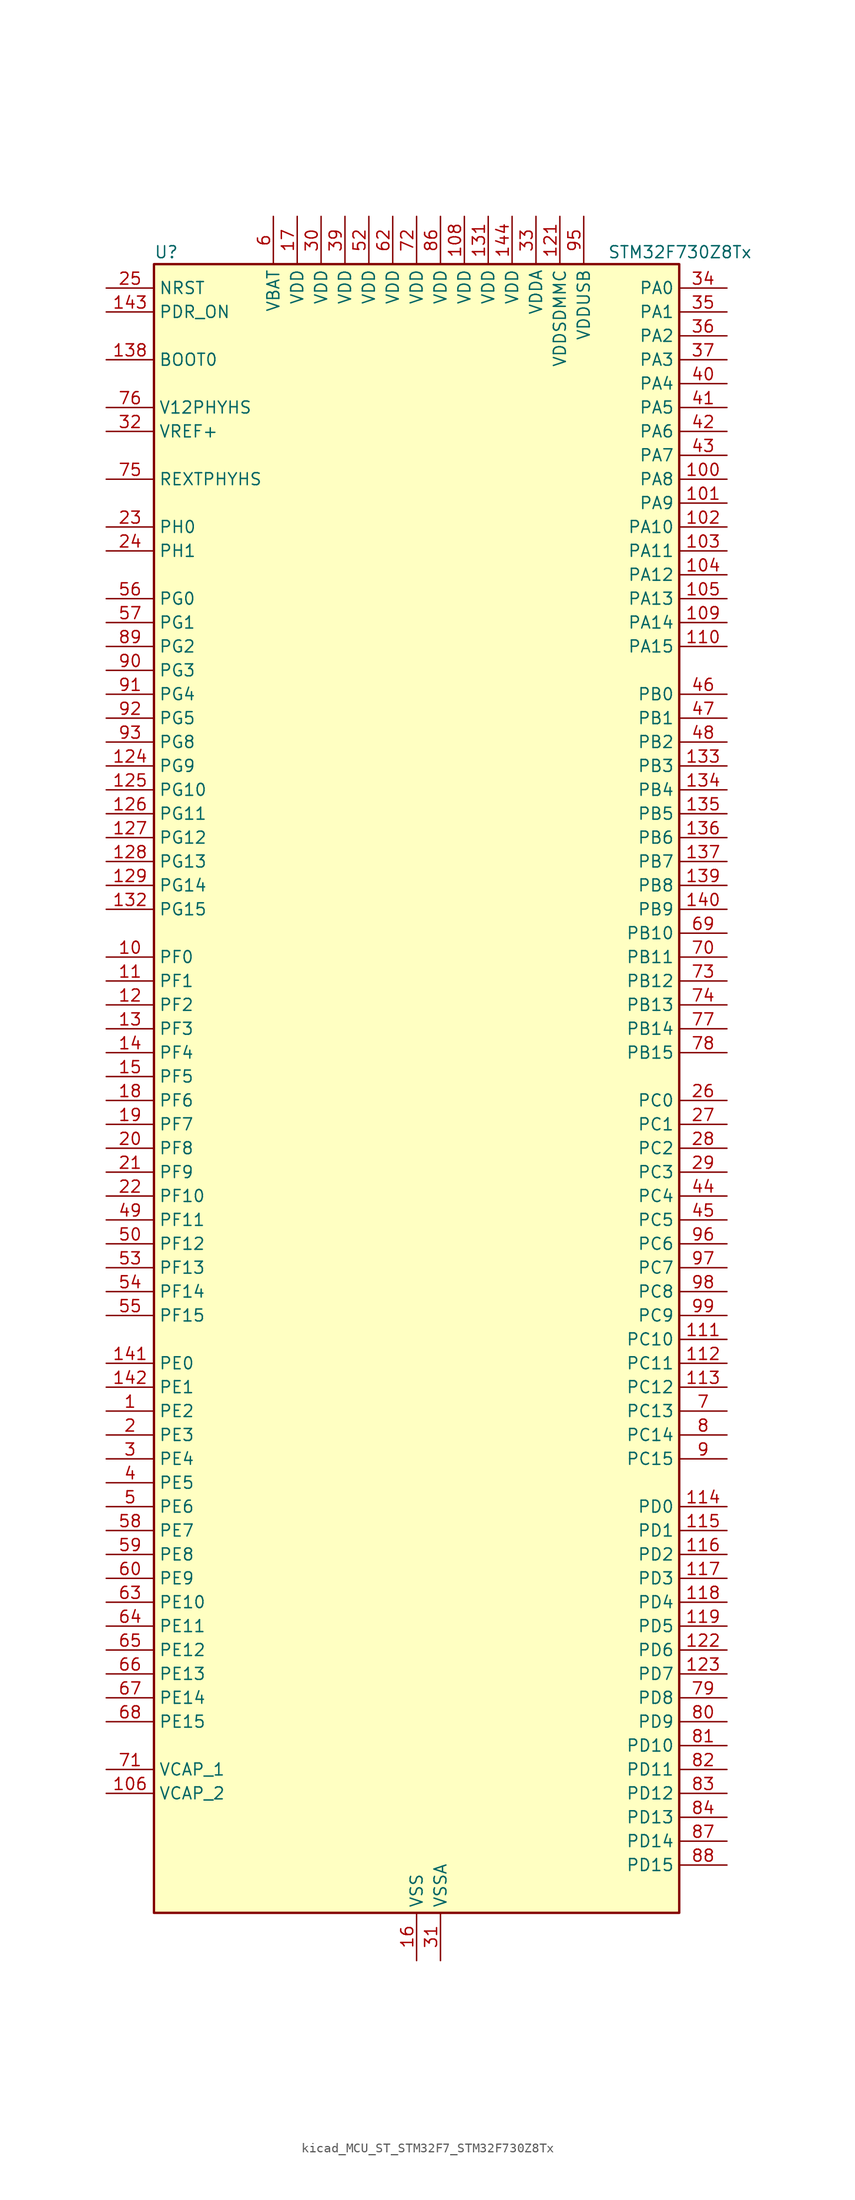
<source format=kicad_sym>
(kicad_symbol_lib
  (version 20220914)
  (generator kicad_symbol_editor)
  (symbol "kicad_MCU_ST_STM32F7_STM32F730Z8Tx"
    (property "Reference" "U"
      (at -27.94 90.17 0)
      (effects (font (size 1.27 1.27)) (justify left)))
    (property "Value" "STM32F730Z8Tx"
      (at 20.32 90.17 0)
      (effects (font (size 1.27 1.27)) (justify left)))
    (property "ki_locked" ""
      (at 0 0 0)
      (effects (font (size 1.27 1.27))))
    (symbol "kicad_MCU_ST_STM32F7_STM32F730Z8Tx_0_1"
      (rectangle (start -27.94 -86.36) (end 27.94 88.9) (stroke (width 0.254) (type default)) (fill (type background))))
    (symbol "kicad_MCU_ST_STM32F7_STM32F730Z8Tx_1_1"
      (pin bidirectional line (at -33.02 -33.02 0) (length 5.08) (name "PE2" (effects (font (size 1.27 1.27)))) (number "1" (effects (font (size 1.27 1.27)))) (alternate "FMC_A23" bidirectional line) (alternate "QUADSPI_BK1_IO2" bidirectional line) (alternate "SAI1_MCLK_A" bidirectional line) (alternate "SPI4_SCK" bidirectional line) (alternate "SYS_TRACECLK" bidirectional line))
      (pin bidirectional line (at -33.02 15.24 0) (length 5.08) (name "PF0" (effects (font (size 1.27 1.27)))) (number "10" (effects (font (size 1.27 1.27)))) (alternate "FMC_A0" bidirectional line) (alternate "I2C2_SDA" bidirectional line))
      (pin bidirectional line (at 33.02 66.04 180) (length 5.08) (name "PA8" (effects (font (size 1.27 1.27)))) (number "100" (effects (font (size 1.27 1.27)))) (alternate "I2C3_SCL" bidirectional line) (alternate "RCC_MCO_1" bidirectional line) (alternate "TIM1_CH1" bidirectional line) (alternate "TIM8_BKIN2" bidirectional line) (alternate "USART1_CK" bidirectional line) (alternate "USB_OTG_FS_SOF" bidirectional line))
      (pin bidirectional line (at 33.02 63.5 180) (length 5.08) (name "PA9" (effects (font (size 1.27 1.27)))) (number "101" (effects (font (size 1.27 1.27)))) (alternate "DAC_EXTI9" bidirectional line) (alternate "I2C3_SMBA" bidirectional line) (alternate "I2S2_CK" bidirectional line) (alternate "SPI2_SCK" bidirectional line) (alternate "TIM1_CH2" bidirectional line) (alternate "USART1_TX" bidirectional line) (alternate "USB_OTG_FS_VBUS" bidirectional line))
      (pin bidirectional line (at 33.02 60.96 180) (length 5.08) (name "PA10" (effects (font (size 1.27 1.27)))) (number "102" (effects (font (size 1.27 1.27)))) (alternate "TIM1_CH3" bidirectional line) (alternate "USART1_RX" bidirectional line) (alternate "USB_OTG_FS_ID" bidirectional line))
      (pin bidirectional line (at 33.02 58.42 180) (length 5.08) (name "PA11" (effects (font (size 1.27 1.27)))) (number "103" (effects (font (size 1.27 1.27)))) (alternate "ADC1_EXTI11" bidirectional line) (alternate "ADC2_EXTI11" bidirectional line) (alternate "ADC3_EXTI11" bidirectional line) (alternate "CAN1_RX" bidirectional line) (alternate "TIM1_CH4" bidirectional line) (alternate "USART1_CTS" bidirectional line) (alternate "USB_OTG_FS_DM" bidirectional line))
      (pin bidirectional line (at 33.02 55.88 180) (length 5.08) (name "PA12" (effects (font (size 1.27 1.27)))) (number "104" (effects (font (size 1.27 1.27)))) (alternate "CAN1_TX" bidirectional line) (alternate "SAI2_FS_B" bidirectional line) (alternate "TIM1_ETR" bidirectional line) (alternate "USART1_DE" bidirectional line) (alternate "USART1_RTS" bidirectional line) (alternate "USB_OTG_FS_DP" bidirectional line))
      (pin bidirectional line (at 33.02 53.34 180) (length 5.08) (name "PA13" (effects (font (size 1.27 1.27)))) (number "105" (effects (font (size 1.27 1.27)))) (alternate "SYS_JTMS-SWDIO" bidirectional line))
      (pin power_out line (at -33.02 -73.66 0) (length 5.08) (name "VCAP_2" (effects (font (size 1.27 1.27)))) (number "106" (effects (font (size 1.27 1.27)))))
      (pin passive line (at 0 -91.44 90) (length 5.08) hide (name "VSS" (effects (font (size 1.27 1.27)))) (number "107" (effects (font (size 1.27 1.27)))))
      (pin power_in line (at 5.08 93.98 270) (length 5.08) (name "VDD" (effects (font (size 1.27 1.27)))) (number "108" (effects (font (size 1.27 1.27)))))
      (pin bidirectional line (at 33.02 50.8 180) (length 5.08) (name "PA14" (effects (font (size 1.27 1.27)))) (number "109" (effects (font (size 1.27 1.27)))) (alternate "SYS_JTCK-SWCLK" bidirectional line))
      (pin bidirectional line (at -33.02 12.7 0) (length 5.08) (name "PF1" (effects (font (size 1.27 1.27)))) (number "11" (effects (font (size 1.27 1.27)))) (alternate "FMC_A1" bidirectional line) (alternate "I2C2_SCL" bidirectional line))
      (pin bidirectional line (at 33.02 48.26 180) (length 5.08) (name "PA15" (effects (font (size 1.27 1.27)))) (number "110" (effects (font (size 1.27 1.27)))) (alternate "I2S1_WS" bidirectional line) (alternate "I2S3_WS" bidirectional line) (alternate "SPI1_NSS" bidirectional line) (alternate "SPI3_NSS" bidirectional line) (alternate "SYS_JTDI" bidirectional line) (alternate "TIM2_CH1" bidirectional line) (alternate "TIM2_ETR" bidirectional line) (alternate "UART4_DE" bidirectional line) (alternate "UART4_RTS" bidirectional line))
      (pin bidirectional line (at 33.02 -25.4 180) (length 5.08) (name "PC10" (effects (font (size 1.27 1.27)))) (number "111" (effects (font (size 1.27 1.27)))) (alternate "I2S3_CK" bidirectional line) (alternate "QUADSPI_BK1_IO1" bidirectional line) (alternate "SDMMC1_D2" bidirectional line) (alternate "SPI3_SCK" bidirectional line) (alternate "UART4_TX" bidirectional line) (alternate "USART3_TX" bidirectional line))
      (pin bidirectional line (at 33.02 -27.94 180) (length 5.08) (name "PC11" (effects (font (size 1.27 1.27)))) (number "112" (effects (font (size 1.27 1.27)))) (alternate "ADC1_EXTI11" bidirectional line) (alternate "ADC2_EXTI11" bidirectional line) (alternate "ADC3_EXTI11" bidirectional line) (alternate "QUADSPI_BK2_NCS" bidirectional line) (alternate "SDMMC1_D3" bidirectional line) (alternate "SPI3_MISO" bidirectional line) (alternate "UART4_RX" bidirectional line) (alternate "USART3_RX" bidirectional line))
      (pin bidirectional line (at 33.02 -30.48 180) (length 5.08) (name "PC12" (effects (font (size 1.27 1.27)))) (number "113" (effects (font (size 1.27 1.27)))) (alternate "I2S3_SD" bidirectional line) (alternate "SDMMC1_CK" bidirectional line) (alternate "SPI3_MOSI" bidirectional line) (alternate "SYS_TRACED3" bidirectional line) (alternate "UART5_TX" bidirectional line) (alternate "USART3_CK" bidirectional line))
      (pin bidirectional line (at 33.02 -43.18 180) (length 5.08) (name "PD0" (effects (font (size 1.27 1.27)))) (number "114" (effects (font (size 1.27 1.27)))) (alternate "CAN1_RX" bidirectional line) (alternate "FMC_D2" bidirectional line) (alternate "FMC_DA2" bidirectional line))
      (pin bidirectional line (at 33.02 -45.72 180) (length 5.08) (name "PD1" (effects (font (size 1.27 1.27)))) (number "115" (effects (font (size 1.27 1.27)))) (alternate "CAN1_TX" bidirectional line) (alternate "FMC_D3" bidirectional line) (alternate "FMC_DA3" bidirectional line))
      (pin bidirectional line (at 33.02 -48.26 180) (length 5.08) (name "PD2" (effects (font (size 1.27 1.27)))) (number "116" (effects (font (size 1.27 1.27)))) (alternate "SDMMC1_CMD" bidirectional line) (alternate "SYS_TRACED2" bidirectional line) (alternate "TIM3_ETR" bidirectional line) (alternate "UART5_RX" bidirectional line))
      (pin bidirectional line (at 33.02 -50.8 180) (length 5.08) (name "PD3" (effects (font (size 1.27 1.27)))) (number "117" (effects (font (size 1.27 1.27)))) (alternate "FMC_CLK" bidirectional line) (alternate "I2S2_CK" bidirectional line) (alternate "SPI2_SCK" bidirectional line) (alternate "USART2_CTS" bidirectional line))
      (pin bidirectional line (at 33.02 -53.34 180) (length 5.08) (name "PD4" (effects (font (size 1.27 1.27)))) (number "118" (effects (font (size 1.27 1.27)))) (alternate "FMC_NOE" bidirectional line) (alternate "USART2_DE" bidirectional line) (alternate "USART2_RTS" bidirectional line))
      (pin bidirectional line (at 33.02 -55.88 180) (length 5.08) (name "PD5" (effects (font (size 1.27 1.27)))) (number "119" (effects (font (size 1.27 1.27)))) (alternate "FMC_NWE" bidirectional line) (alternate "USART2_TX" bidirectional line))
      (pin bidirectional line (at -33.02 10.16 0) (length 5.08) (name "PF2" (effects (font (size 1.27 1.27)))) (number "12" (effects (font (size 1.27 1.27)))) (alternate "FMC_A2" bidirectional line) (alternate "I2C2_SMBA" bidirectional line))
      (pin passive line (at 0 -91.44 90) (length 5.08) hide (name "VSS" (effects (font (size 1.27 1.27)))) (number "120" (effects (font (size 1.27 1.27)))))
      (pin power_in line (at 15.24 93.98 270) (length 5.08) (name "VDDSDMMC" (effects (font (size 1.27 1.27)))) (number "121" (effects (font (size 1.27 1.27)))))
      (pin bidirectional line (at 33.02 -58.42 180) (length 5.08) (name "PD6" (effects (font (size 1.27 1.27)))) (number "122" (effects (font (size 1.27 1.27)))) (alternate "FMC_NWAIT" bidirectional line) (alternate "I2S3_SD" bidirectional line) (alternate "SAI1_SD_A" bidirectional line) (alternate "SDMMC2_CK" bidirectional line) (alternate "SPI3_MOSI" bidirectional line) (alternate "USART2_RX" bidirectional line))
      (pin bidirectional line (at 33.02 -60.96 180) (length 5.08) (name "PD7" (effects (font (size 1.27 1.27)))) (number "123" (effects (font (size 1.27 1.27)))) (alternate "FMC_NE1" bidirectional line) (alternate "SDMMC2_CMD" bidirectional line) (alternate "USART2_CK" bidirectional line))
      (pin bidirectional line (at -33.02 35.56 0) (length 5.08) (name "PG9" (effects (font (size 1.27 1.27)))) (number "124" (effects (font (size 1.27 1.27)))) (alternate "DAC_EXTI9" bidirectional line) (alternate "FMC_NCE" bidirectional line) (alternate "FMC_NE2" bidirectional line) (alternate "QUADSPI_BK2_IO2" bidirectional line) (alternate "SAI2_FS_B" bidirectional line) (alternate "SDMMC2_D0" bidirectional line) (alternate "USART6_RX" bidirectional line))
      (pin bidirectional line (at -33.02 33.02 0) (length 5.08) (name "PG10" (effects (font (size 1.27 1.27)))) (number "125" (effects (font (size 1.27 1.27)))) (alternate "FMC_NE3" bidirectional line) (alternate "SAI2_SD_B" bidirectional line) (alternate "SDMMC2_D1" bidirectional line))
      (pin bidirectional line (at -33.02 30.48 0) (length 5.08) (name "PG11" (effects (font (size 1.27 1.27)))) (number "126" (effects (font (size 1.27 1.27)))) (alternate "ADC1_EXTI11" bidirectional line) (alternate "ADC2_EXTI11" bidirectional line) (alternate "ADC3_EXTI11" bidirectional line) (alternate "FMC_INT" bidirectional line) (alternate "SDMMC2_D2" bidirectional line))
      (pin bidirectional line (at -33.02 27.94 0) (length 5.08) (name "PG12" (effects (font (size 1.27 1.27)))) (number "127" (effects (font (size 1.27 1.27)))) (alternate "FMC_NE4" bidirectional line) (alternate "LPTIM1_IN1" bidirectional line) (alternate "SDMMC2_D3" bidirectional line) (alternate "USART6_DE" bidirectional line) (alternate "USART6_RTS" bidirectional line))
      (pin bidirectional line (at -33.02 25.4 0) (length 5.08) (name "PG13" (effects (font (size 1.27 1.27)))) (number "128" (effects (font (size 1.27 1.27)))) (alternate "FMC_A24" bidirectional line) (alternate "LPTIM1_OUT" bidirectional line) (alternate "SYS_TRACED0" bidirectional line) (alternate "USART6_CTS" bidirectional line))
      (pin bidirectional line (at -33.02 22.86 0) (length 5.08) (name "PG14" (effects (font (size 1.27 1.27)))) (number "129" (effects (font (size 1.27 1.27)))) (alternate "FMC_A25" bidirectional line) (alternate "LPTIM1_ETR" bidirectional line) (alternate "QUADSPI_BK2_IO3" bidirectional line) (alternate "SYS_TRACED1" bidirectional line) (alternate "USART6_TX" bidirectional line))
      (pin bidirectional line (at -33.02 7.62 0) (length 5.08) (name "PF3" (effects (font (size 1.27 1.27)))) (number "13" (effects (font (size 1.27 1.27)))) (alternate "ADC3_IN9" bidirectional line) (alternate "FMC_A3" bidirectional line))
      (pin passive line (at 0 -91.44 90) (length 5.08) hide (name "VSS" (effects (font (size 1.27 1.27)))) (number "130" (effects (font (size 1.27 1.27)))))
      (pin power_in line (at 7.62 93.98 270) (length 5.08) (name "VDD" (effects (font (size 1.27 1.27)))) (number "131" (effects (font (size 1.27 1.27)))))
      (pin bidirectional line (at -33.02 20.32 0) (length 5.08) (name "PG15" (effects (font (size 1.27 1.27)))) (number "132" (effects (font (size 1.27 1.27)))) (alternate "FMC_SDNCAS" bidirectional line) (alternate "USART6_CTS" bidirectional line))
      (pin bidirectional line (at 33.02 35.56 180) (length 5.08) (name "PB3" (effects (font (size 1.27 1.27)))) (number "133" (effects (font (size 1.27 1.27)))) (alternate "I2S1_CK" bidirectional line) (alternate "I2S3_CK" bidirectional line) (alternate "SDMMC2_D2" bidirectional line) (alternate "SPI1_SCK" bidirectional line) (alternate "SPI3_SCK" bidirectional line) (alternate "SYS_JTDO-SWO" bidirectional line) (alternate "TIM2_CH2" bidirectional line))
      (pin bidirectional line (at 33.02 33.02 180) (length 5.08) (name "PB4" (effects (font (size 1.27 1.27)))) (number "134" (effects (font (size 1.27 1.27)))) (alternate "I2S2_WS" bidirectional line) (alternate "SDMMC2_D3" bidirectional line) (alternate "SPI1_MISO" bidirectional line) (alternate "SPI2_NSS" bidirectional line) (alternate "SPI3_MISO" bidirectional line) (alternate "SYS_JTRST" bidirectional line) (alternate "TIM3_CH1" bidirectional line))
      (pin bidirectional line (at 33.02 30.48 180) (length 5.08) (name "PB5" (effects (font (size 1.27 1.27)))) (number "135" (effects (font (size 1.27 1.27)))) (alternate "FMC_SDCKE1" bidirectional line) (alternate "I2C1_SMBA" bidirectional line) (alternate "I2S1_SD" bidirectional line) (alternate "I2S3_SD" bidirectional line) (alternate "SPI1_MOSI" bidirectional line) (alternate "SPI3_MOSI" bidirectional line) (alternate "TIM3_CH2" bidirectional line))
      (pin bidirectional line (at 33.02 27.94 180) (length 5.08) (name "PB6" (effects (font (size 1.27 1.27)))) (number "136" (effects (font (size 1.27 1.27)))) (alternate "FMC_SDNE1" bidirectional line) (alternate "I2C1_SCL" bidirectional line) (alternate "QUADSPI_BK1_NCS" bidirectional line) (alternate "TIM4_CH1" bidirectional line) (alternate "USART1_TX" bidirectional line))
      (pin bidirectional line (at 33.02 25.4 180) (length 5.08) (name "PB7" (effects (font (size 1.27 1.27)))) (number "137" (effects (font (size 1.27 1.27)))) (alternate "FMC_NL" bidirectional line) (alternate "I2C1_SDA" bidirectional line) (alternate "TIM4_CH2" bidirectional line) (alternate "USART1_RX" bidirectional line))
      (pin input line (at -33.02 78.74 0) (length 5.08) (name "BOOT0" (effects (font (size 1.27 1.27)))) (number "138" (effects (font (size 1.27 1.27)))))
      (pin bidirectional line (at 33.02 22.86 180) (length 5.08) (name "PB8" (effects (font (size 1.27 1.27)))) (number "139" (effects (font (size 1.27 1.27)))) (alternate "CAN1_RX" bidirectional line) (alternate "I2C1_SCL" bidirectional line) (alternate "SDMMC1_D4" bidirectional line) (alternate "SDMMC2_D4" bidirectional line) (alternate "TIM10_CH1" bidirectional line) (alternate "TIM4_CH3" bidirectional line))
      (pin bidirectional line (at -33.02 5.08 0) (length 5.08) (name "PF4" (effects (font (size 1.27 1.27)))) (number "14" (effects (font (size 1.27 1.27)))) (alternate "ADC3_IN14" bidirectional line) (alternate "FMC_A4" bidirectional line))
      (pin bidirectional line (at 33.02 20.32 180) (length 5.08) (name "PB9" (effects (font (size 1.27 1.27)))) (number "140" (effects (font (size 1.27 1.27)))) (alternate "CAN1_TX" bidirectional line) (alternate "DAC_EXTI9" bidirectional line) (alternate "I2C1_SDA" bidirectional line) (alternate "I2S2_WS" bidirectional line) (alternate "SDMMC1_D5" bidirectional line) (alternate "SDMMC2_D5" bidirectional line) (alternate "SPI2_NSS" bidirectional line) (alternate "TIM11_CH1" bidirectional line) (alternate "TIM4_CH4" bidirectional line))
      (pin bidirectional line (at -33.02 -27.94 0) (length 5.08) (name "PE0" (effects (font (size 1.27 1.27)))) (number "141" (effects (font (size 1.27 1.27)))) (alternate "FMC_NBL0" bidirectional line) (alternate "LPTIM1_ETR" bidirectional line) (alternate "SAI2_MCLK_A" bidirectional line) (alternate "TIM4_ETR" bidirectional line) (alternate "UART8_RX" bidirectional line))
      (pin bidirectional line (at -33.02 -30.48 0) (length 5.08) (name "PE1" (effects (font (size 1.27 1.27)))) (number "142" (effects (font (size 1.27 1.27)))) (alternate "FMC_NBL1" bidirectional line) (alternate "LPTIM1_IN2" bidirectional line) (alternate "UART8_TX" bidirectional line))
      (pin input line (at -33.02 83.82 0) (length 5.08) (name "PDR_ON" (effects (font (size 1.27 1.27)))) (number "143" (effects (font (size 1.27 1.27)))))
      (pin power_in line (at 10.16 93.98 270) (length 5.08) (name "VDD" (effects (font (size 1.27 1.27)))) (number "144" (effects (font (size 1.27 1.27)))))
      (pin bidirectional line (at -33.02 2.54 0) (length 5.08) (name "PF5" (effects (font (size 1.27 1.27)))) (number "15" (effects (font (size 1.27 1.27)))) (alternate "ADC3_IN15" bidirectional line) (alternate "FMC_A5" bidirectional line))
      (pin power_in line (at 0 -91.44 90) (length 5.08) (name "VSS" (effects (font (size 1.27 1.27)))) (number "16" (effects (font (size 1.27 1.27)))))
      (pin power_in line (at -12.7 93.98 270) (length 5.08) (name "VDD" (effects (font (size 1.27 1.27)))) (number "17" (effects (font (size 1.27 1.27)))))
      (pin bidirectional line (at -33.02 0 0) (length 5.08) (name "PF6" (effects (font (size 1.27 1.27)))) (number "18" (effects (font (size 1.27 1.27)))) (alternate "ADC3_IN4" bidirectional line) (alternate "QUADSPI_BK1_IO3" bidirectional line) (alternate "SAI1_SD_B" bidirectional line) (alternate "SPI5_NSS" bidirectional line) (alternate "TIM10_CH1" bidirectional line) (alternate "UART7_RX" bidirectional line))
      (pin bidirectional line (at -33.02 -2.54 0) (length 5.08) (name "PF7" (effects (font (size 1.27 1.27)))) (number "19" (effects (font (size 1.27 1.27)))) (alternate "ADC3_IN5" bidirectional line) (alternate "QUADSPI_BK1_IO2" bidirectional line) (alternate "SAI1_MCLK_B" bidirectional line) (alternate "SPI5_SCK" bidirectional line) (alternate "TIM11_CH1" bidirectional line) (alternate "UART7_TX" bidirectional line))
      (pin bidirectional line (at -33.02 -35.56 0) (length 5.08) (name "PE3" (effects (font (size 1.27 1.27)))) (number "2" (effects (font (size 1.27 1.27)))) (alternate "FMC_A19" bidirectional line) (alternate "SAI1_SD_B" bidirectional line) (alternate "SYS_TRACED0" bidirectional line))
      (pin bidirectional line (at -33.02 -5.08 0) (length 5.08) (name "PF8" (effects (font (size 1.27 1.27)))) (number "20" (effects (font (size 1.27 1.27)))) (alternate "ADC3_IN6" bidirectional line) (alternate "QUADSPI_BK1_IO0" bidirectional line) (alternate "SAI1_SCK_B" bidirectional line) (alternate "SPI5_MISO" bidirectional line) (alternate "TIM13_CH1" bidirectional line) (alternate "UART7_DE" bidirectional line) (alternate "UART7_RTS" bidirectional line))
      (pin bidirectional line (at -33.02 -7.62 0) (length 5.08) (name "PF9" (effects (font (size 1.27 1.27)))) (number "21" (effects (font (size 1.27 1.27)))) (alternate "ADC3_IN7" bidirectional line) (alternate "DAC_EXTI9" bidirectional line) (alternate "QUADSPI_BK1_IO1" bidirectional line) (alternate "SAI1_FS_B" bidirectional line) (alternate "SPI5_MOSI" bidirectional line) (alternate "TIM14_CH1" bidirectional line) (alternate "UART7_CTS" bidirectional line))
      (pin bidirectional line (at -33.02 -10.16 0) (length 5.08) (name "PF10" (effects (font (size 1.27 1.27)))) (number "22" (effects (font (size 1.27 1.27)))) (alternate "ADC3_IN8" bidirectional line))
      (pin bidirectional line (at -33.02 60.96 0) (length 5.08) (name "PH0" (effects (font (size 1.27 1.27)))) (number "23" (effects (font (size 1.27 1.27)))) (alternate "RCC_OSC_IN" bidirectional line))
      (pin bidirectional line (at -33.02 58.42 0) (length 5.08) (name "PH1" (effects (font (size 1.27 1.27)))) (number "24" (effects (font (size 1.27 1.27)))) (alternate "RCC_OSC_OUT" bidirectional line))
      (pin input line (at -33.02 86.36 0) (length 5.08) (name "NRST" (effects (font (size 1.27 1.27)))) (number "25" (effects (font (size 1.27 1.27)))))
      (pin bidirectional line (at 33.02 0 180) (length 5.08) (name "PC0" (effects (font (size 1.27 1.27)))) (number "26" (effects (font (size 1.27 1.27)))) (alternate "ADC1_IN10" bidirectional line) (alternate "ADC2_IN10" bidirectional line) (alternate "ADC3_IN10" bidirectional line) (alternate "FMC_SDNWE" bidirectional line) (alternate "SAI2_FS_B" bidirectional line))
      (pin bidirectional line (at 33.02 -2.54 180) (length 5.08) (name "PC1" (effects (font (size 1.27 1.27)))) (number "27" (effects (font (size 1.27 1.27)))) (alternate "ADC1_IN11" bidirectional line) (alternate "ADC2_IN11" bidirectional line) (alternate "ADC3_IN11" bidirectional line) (alternate "I2S2_SD" bidirectional line) (alternate "RTC_TAMP3" bidirectional line) (alternate "RTC_TS" bidirectional line) (alternate "SAI1_SD_A" bidirectional line) (alternate "SPI2_MOSI" bidirectional line) (alternate "SYS_TRACED0" bidirectional line) (alternate "SYS_WKUP3" bidirectional line))
      (pin bidirectional line (at 33.02 -5.08 180) (length 5.08) (name "PC2" (effects (font (size 1.27 1.27)))) (number "28" (effects (font (size 1.27 1.27)))) (alternate "ADC1_IN12" bidirectional line) (alternate "ADC2_IN12" bidirectional line) (alternate "ADC3_IN12" bidirectional line) (alternate "FMC_SDNE0" bidirectional line) (alternate "SPI2_MISO" bidirectional line))
      (pin bidirectional line (at 33.02 -7.62 180) (length 5.08) (name "PC3" (effects (font (size 1.27 1.27)))) (number "29" (effects (font (size 1.27 1.27)))) (alternate "ADC1_IN13" bidirectional line) (alternate "ADC2_IN13" bidirectional line) (alternate "ADC3_IN13" bidirectional line) (alternate "FMC_SDCKE0" bidirectional line) (alternate "I2S2_SD" bidirectional line) (alternate "SPI2_MOSI" bidirectional line))
      (pin bidirectional line (at -33.02 -38.1 0) (length 5.08) (name "PE4" (effects (font (size 1.27 1.27)))) (number "3" (effects (font (size 1.27 1.27)))) (alternate "FMC_A20" bidirectional line) (alternate "SAI1_FS_A" bidirectional line) (alternate "SPI4_NSS" bidirectional line) (alternate "SYS_TRACED1" bidirectional line))
      (pin power_in line (at -10.16 93.98 270) (length 5.08) (name "VDD" (effects (font (size 1.27 1.27)))) (number "30" (effects (font (size 1.27 1.27)))))
      (pin power_in line (at 2.54 -91.44 90) (length 5.08) (name "VSSA" (effects (font (size 1.27 1.27)))) (number "31" (effects (font (size 1.27 1.27)))))
      (pin input line (at -33.02 71.12 0) (length 5.08) (name "VREF+" (effects (font (size 1.27 1.27)))) (number "32" (effects (font (size 1.27 1.27)))))
      (pin power_in line (at 12.7 93.98 270) (length 5.08) (name "VDDA" (effects (font (size 1.27 1.27)))) (number "33" (effects (font (size 1.27 1.27)))))
      (pin bidirectional line (at 33.02 86.36 180) (length 5.08) (name "PA0" (effects (font (size 1.27 1.27)))) (number "34" (effects (font (size 1.27 1.27)))) (alternate "ADC1_IN0" bidirectional line) (alternate "ADC2_IN0" bidirectional line) (alternate "ADC3_IN0" bidirectional line) (alternate "SAI2_SD_B" bidirectional line) (alternate "SYS_WKUP1" bidirectional line) (alternate "TIM2_CH1" bidirectional line) (alternate "TIM2_ETR" bidirectional line) (alternate "TIM5_CH1" bidirectional line) (alternate "TIM8_ETR" bidirectional line) (alternate "UART4_TX" bidirectional line) (alternate "USART2_CTS" bidirectional line))
      (pin bidirectional line (at 33.02 83.82 180) (length 5.08) (name "PA1" (effects (font (size 1.27 1.27)))) (number "35" (effects (font (size 1.27 1.27)))) (alternate "ADC1_IN1" bidirectional line) (alternate "ADC2_IN1" bidirectional line) (alternate "ADC3_IN1" bidirectional line) (alternate "QUADSPI_BK1_IO3" bidirectional line) (alternate "SAI2_MCLK_B" bidirectional line) (alternate "TIM2_CH2" bidirectional line) (alternate "TIM5_CH2" bidirectional line) (alternate "UART4_RX" bidirectional line) (alternate "USART2_DE" bidirectional line) (alternate "USART2_RTS" bidirectional line))
      (pin bidirectional line (at 33.02 81.28 180) (length 5.08) (name "PA2" (effects (font (size 1.27 1.27)))) (number "36" (effects (font (size 1.27 1.27)))) (alternate "ADC1_IN2" bidirectional line) (alternate "ADC2_IN2" bidirectional line) (alternate "ADC3_IN2" bidirectional line) (alternate "SAI2_SCK_B" bidirectional line) (alternate "SYS_WKUP2" bidirectional line) (alternate "TIM2_CH3" bidirectional line) (alternate "TIM5_CH3" bidirectional line) (alternate "TIM9_CH1" bidirectional line) (alternate "USART2_TX" bidirectional line))
      (pin bidirectional line (at 33.02 78.74 180) (length 5.08) (name "PA3" (effects (font (size 1.27 1.27)))) (number "37" (effects (font (size 1.27 1.27)))) (alternate "ADC1_IN3" bidirectional line) (alternate "ADC2_IN3" bidirectional line) (alternate "ADC3_IN3" bidirectional line) (alternate "TIM2_CH4" bidirectional line) (alternate "TIM5_CH4" bidirectional line) (alternate "TIM9_CH2" bidirectional line) (alternate "USART2_RX" bidirectional line))
      (pin passive line (at 0 -91.44 90) (length 5.08) hide (name "VSS" (effects (font (size 1.27 1.27)))) (number "38" (effects (font (size 1.27 1.27)))))
      (pin power_in line (at -7.62 93.98 270) (length 5.08) (name "VDD" (effects (font (size 1.27 1.27)))) (number "39" (effects (font (size 1.27 1.27)))))
      (pin bidirectional line (at -33.02 -40.64 0) (length 5.08) (name "PE5" (effects (font (size 1.27 1.27)))) (number "4" (effects (font (size 1.27 1.27)))) (alternate "FMC_A21" bidirectional line) (alternate "SAI1_SCK_A" bidirectional line) (alternate "SPI4_MISO" bidirectional line) (alternate "SYS_TRACED2" bidirectional line) (alternate "TIM9_CH1" bidirectional line))
      (pin bidirectional line (at 33.02 76.2 180) (length 5.08) (name "PA4" (effects (font (size 1.27 1.27)))) (number "40" (effects (font (size 1.27 1.27)))) (alternate "ADC1_IN4" bidirectional line) (alternate "ADC2_IN4" bidirectional line) (alternate "DAC_OUT1" bidirectional line) (alternate "I2S1_WS" bidirectional line) (alternate "I2S3_WS" bidirectional line) (alternate "SPI1_NSS" bidirectional line) (alternate "SPI3_NSS" bidirectional line) (alternate "USART2_CK" bidirectional line) (alternate "USB_OTG_HS_SOF" bidirectional line))
      (pin bidirectional line (at 33.02 73.66 180) (length 5.08) (name "PA5" (effects (font (size 1.27 1.27)))) (number "41" (effects (font (size 1.27 1.27)))) (alternate "ADC1_IN5" bidirectional line) (alternate "ADC2_IN5" bidirectional line) (alternate "DAC_OUT2" bidirectional line) (alternate "I2S1_CK" bidirectional line) (alternate "SPI1_SCK" bidirectional line) (alternate "TIM2_CH1" bidirectional line) (alternate "TIM2_ETR" bidirectional line) (alternate "TIM8_CH1N" bidirectional line))
      (pin bidirectional line (at 33.02 71.12 180) (length 5.08) (name "PA6" (effects (font (size 1.27 1.27)))) (number "42" (effects (font (size 1.27 1.27)))) (alternate "ADC1_IN6" bidirectional line) (alternate "ADC2_IN6" bidirectional line) (alternate "SPI1_MISO" bidirectional line) (alternate "TIM13_CH1" bidirectional line) (alternate "TIM1_BKIN" bidirectional line) (alternate "TIM3_CH1" bidirectional line) (alternate "TIM8_BKIN" bidirectional line))
      (pin bidirectional line (at 33.02 68.58 180) (length 5.08) (name "PA7" (effects (font (size 1.27 1.27)))) (number "43" (effects (font (size 1.27 1.27)))) (alternate "ADC1_IN7" bidirectional line) (alternate "ADC2_IN7" bidirectional line) (alternate "FMC_SDNWE" bidirectional line) (alternate "I2S1_SD" bidirectional line) (alternate "SPI1_MOSI" bidirectional line) (alternate "TIM14_CH1" bidirectional line) (alternate "TIM1_CH1N" bidirectional line) (alternate "TIM3_CH2" bidirectional line) (alternate "TIM8_CH1N" bidirectional line))
      (pin bidirectional line (at 33.02 -10.16 180) (length 5.08) (name "PC4" (effects (font (size 1.27 1.27)))) (number "44" (effects (font (size 1.27 1.27)))) (alternate "ADC1_IN14" bidirectional line) (alternate "ADC2_IN14" bidirectional line) (alternate "FMC_SDNE0" bidirectional line) (alternate "I2S1_MCK" bidirectional line))
      (pin bidirectional line (at 33.02 -12.7 180) (length 5.08) (name "PC5" (effects (font (size 1.27 1.27)))) (number "45" (effects (font (size 1.27 1.27)))) (alternate "ADC1_IN15" bidirectional line) (alternate "ADC2_IN15" bidirectional line) (alternate "FMC_SDCKE0" bidirectional line))
      (pin bidirectional line (at 33.02 43.18 180) (length 5.08) (name "PB0" (effects (font (size 1.27 1.27)))) (number "46" (effects (font (size 1.27 1.27)))) (alternate "ADC1_IN8" bidirectional line) (alternate "ADC2_IN8" bidirectional line) (alternate "TIM1_CH2N" bidirectional line) (alternate "TIM3_CH3" bidirectional line) (alternate "TIM8_CH2N" bidirectional line) (alternate "UART4_CTS" bidirectional line))
      (pin bidirectional line (at 33.02 40.64 180) (length 5.08) (name "PB1" (effects (font (size 1.27 1.27)))) (number "47" (effects (font (size 1.27 1.27)))) (alternate "ADC1_IN9" bidirectional line) (alternate "ADC2_IN9" bidirectional line) (alternate "TIM1_CH3N" bidirectional line) (alternate "TIM3_CH4" bidirectional line) (alternate "TIM8_CH3N" bidirectional line))
      (pin bidirectional line (at 33.02 38.1 180) (length 5.08) (name "PB2" (effects (font (size 1.27 1.27)))) (number "48" (effects (font (size 1.27 1.27)))) (alternate "I2S3_SD" bidirectional line) (alternate "QUADSPI_CLK" bidirectional line) (alternate "SAI1_SD_A" bidirectional line) (alternate "SPI3_MOSI" bidirectional line))
      (pin bidirectional line (at -33.02 -12.7 0) (length 5.08) (name "PF11" (effects (font (size 1.27 1.27)))) (number "49" (effects (font (size 1.27 1.27)))) (alternate "ADC1_EXTI11" bidirectional line) (alternate "ADC2_EXTI11" bidirectional line) (alternate "ADC3_EXTI11" bidirectional line) (alternate "FMC_SDNRAS" bidirectional line) (alternate "SAI2_SD_B" bidirectional line) (alternate "SPI5_MOSI" bidirectional line))
      (pin bidirectional line (at -33.02 -43.18 0) (length 5.08) (name "PE6" (effects (font (size 1.27 1.27)))) (number "5" (effects (font (size 1.27 1.27)))) (alternate "FMC_A22" bidirectional line) (alternate "SAI1_SD_A" bidirectional line) (alternate "SAI2_MCLK_B" bidirectional line) (alternate "SPI4_MOSI" bidirectional line) (alternate "SYS_TRACED3" bidirectional line) (alternate "TIM1_BKIN2" bidirectional line) (alternate "TIM9_CH2" bidirectional line))
      (pin bidirectional line (at -33.02 -15.24 0) (length 5.08) (name "PF12" (effects (font (size 1.27 1.27)))) (number "50" (effects (font (size 1.27 1.27)))) (alternate "FMC_A6" bidirectional line))
      (pin passive line (at 0 -91.44 90) (length 5.08) hide (name "VSS" (effects (font (size 1.27 1.27)))) (number "51" (effects (font (size 1.27 1.27)))))
      (pin power_in line (at -5.08 93.98 270) (length 5.08) (name "VDD" (effects (font (size 1.27 1.27)))) (number "52" (effects (font (size 1.27 1.27)))))
      (pin bidirectional line (at -33.02 -17.78 0) (length 5.08) (name "PF13" (effects (font (size 1.27 1.27)))) (number "53" (effects (font (size 1.27 1.27)))) (alternate "FMC_A7" bidirectional line))
      (pin bidirectional line (at -33.02 -20.32 0) (length 5.08) (name "PF14" (effects (font (size 1.27 1.27)))) (number "54" (effects (font (size 1.27 1.27)))) (alternate "FMC_A8" bidirectional line))
      (pin bidirectional line (at -33.02 -22.86 0) (length 5.08) (name "PF15" (effects (font (size 1.27 1.27)))) (number "55" (effects (font (size 1.27 1.27)))) (alternate "FMC_A9" bidirectional line))
      (pin bidirectional line (at -33.02 53.34 0) (length 5.08) (name "PG0" (effects (font (size 1.27 1.27)))) (number "56" (effects (font (size 1.27 1.27)))) (alternate "FMC_A10" bidirectional line))
      (pin bidirectional line (at -33.02 50.8 0) (length 5.08) (name "PG1" (effects (font (size 1.27 1.27)))) (number "57" (effects (font (size 1.27 1.27)))) (alternate "FMC_A11" bidirectional line))
      (pin bidirectional line (at -33.02 -45.72 0) (length 5.08) (name "PE7" (effects (font (size 1.27 1.27)))) (number "58" (effects (font (size 1.27 1.27)))) (alternate "FMC_D4" bidirectional line) (alternate "FMC_DA4" bidirectional line) (alternate "QUADSPI_BK2_IO0" bidirectional line) (alternate "TIM1_ETR" bidirectional line) (alternate "UART7_RX" bidirectional line))
      (pin bidirectional line (at -33.02 -48.26 0) (length 5.08) (name "PE8" (effects (font (size 1.27 1.27)))) (number "59" (effects (font (size 1.27 1.27)))) (alternate "FMC_D5" bidirectional line) (alternate "FMC_DA5" bidirectional line) (alternate "QUADSPI_BK2_IO1" bidirectional line) (alternate "TIM1_CH1N" bidirectional line) (alternate "UART7_TX" bidirectional line))
      (pin power_in line (at -15.24 93.98 270) (length 5.08) (name "VBAT" (effects (font (size 1.27 1.27)))) (number "6" (effects (font (size 1.27 1.27)))))
      (pin bidirectional line (at -33.02 -50.8 0) (length 5.08) (name "PE9" (effects (font (size 1.27 1.27)))) (number "60" (effects (font (size 1.27 1.27)))) (alternate "DAC_EXTI9" bidirectional line) (alternate "FMC_D6" bidirectional line) (alternate "FMC_DA6" bidirectional line) (alternate "QUADSPI_BK2_IO2" bidirectional line) (alternate "TIM1_CH1" bidirectional line) (alternate "UART7_DE" bidirectional line) (alternate "UART7_RTS" bidirectional line))
      (pin passive line (at 0 -91.44 90) (length 5.08) hide (name "VSS" (effects (font (size 1.27 1.27)))) (number "61" (effects (font (size 1.27 1.27)))))
      (pin power_in line (at -2.54 93.98 270) (length 5.08) (name "VDD" (effects (font (size 1.27 1.27)))) (number "62" (effects (font (size 1.27 1.27)))))
      (pin bidirectional line (at -33.02 -53.34 0) (length 5.08) (name "PE10" (effects (font (size 1.27 1.27)))) (number "63" (effects (font (size 1.27 1.27)))) (alternate "FMC_D7" bidirectional line) (alternate "FMC_DA7" bidirectional line) (alternate "QUADSPI_BK2_IO3" bidirectional line) (alternate "TIM1_CH2N" bidirectional line) (alternate "UART7_CTS" bidirectional line))
      (pin bidirectional line (at -33.02 -55.88 0) (length 5.08) (name "PE11" (effects (font (size 1.27 1.27)))) (number "64" (effects (font (size 1.27 1.27)))) (alternate "ADC1_EXTI11" bidirectional line) (alternate "ADC2_EXTI11" bidirectional line) (alternate "ADC3_EXTI11" bidirectional line) (alternate "FMC_D8" bidirectional line) (alternate "FMC_DA8" bidirectional line) (alternate "SAI2_SD_B" bidirectional line) (alternate "SPI4_NSS" bidirectional line) (alternate "TIM1_CH2" bidirectional line))
      (pin bidirectional line (at -33.02 -58.42 0) (length 5.08) (name "PE12" (effects (font (size 1.27 1.27)))) (number "65" (effects (font (size 1.27 1.27)))) (alternate "FMC_D9" bidirectional line) (alternate "FMC_DA9" bidirectional line) (alternate "SAI2_SCK_B" bidirectional line) (alternate "SPI4_SCK" bidirectional line) (alternate "TIM1_CH3N" bidirectional line))
      (pin bidirectional line (at -33.02 -60.96 0) (length 5.08) (name "PE13" (effects (font (size 1.27 1.27)))) (number "66" (effects (font (size 1.27 1.27)))) (alternate "FMC_D10" bidirectional line) (alternate "FMC_DA10" bidirectional line) (alternate "SAI2_FS_B" bidirectional line) (alternate "SPI4_MISO" bidirectional line) (alternate "TIM1_CH3" bidirectional line))
      (pin bidirectional line (at -33.02 -63.5 0) (length 5.08) (name "PE14" (effects (font (size 1.27 1.27)))) (number "67" (effects (font (size 1.27 1.27)))) (alternate "FMC_D11" bidirectional line) (alternate "FMC_DA11" bidirectional line) (alternate "SAI2_MCLK_B" bidirectional line) (alternate "SPI4_MOSI" bidirectional line) (alternate "TIM1_CH4" bidirectional line))
      (pin bidirectional line (at -33.02 -66.04 0) (length 5.08) (name "PE15" (effects (font (size 1.27 1.27)))) (number "68" (effects (font (size 1.27 1.27)))) (alternate "FMC_D12" bidirectional line) (alternate "FMC_DA12" bidirectional line) (alternate "TIM1_BKIN" bidirectional line))
      (pin bidirectional line (at 33.02 17.78 180) (length 5.08) (name "PB10" (effects (font (size 1.27 1.27)))) (number "69" (effects (font (size 1.27 1.27)))) (alternate "I2C2_SCL" bidirectional line) (alternate "I2S2_CK" bidirectional line) (alternate "SPI2_SCK" bidirectional line) (alternate "TIM2_CH3" bidirectional line) (alternate "USART3_TX" bidirectional line))
      (pin bidirectional line (at 33.02 -33.02 180) (length 5.08) (name "PC13" (effects (font (size 1.27 1.27)))) (number "7" (effects (font (size 1.27 1.27)))) (alternate "RTC_OUT" bidirectional line) (alternate "RTC_TAMP1" bidirectional line) (alternate "RTC_TS" bidirectional line) (alternate "SYS_WKUP4" bidirectional line))
      (pin bidirectional line (at 33.02 15.24 180) (length 5.08) (name "PB11" (effects (font (size 1.27 1.27)))) (number "70" (effects (font (size 1.27 1.27)))) (alternate "ADC1_EXTI11" bidirectional line) (alternate "ADC2_EXTI11" bidirectional line) (alternate "ADC3_EXTI11" bidirectional line) (alternate "I2C2_SDA" bidirectional line) (alternate "TIM2_CH4" bidirectional line) (alternate "USART3_RX" bidirectional line))
      (pin power_out line (at -33.02 -71.12 0) (length 5.08) (name "VCAP_1" (effects (font (size 1.27 1.27)))) (number "71" (effects (font (size 1.27 1.27)))))
      (pin power_in line (at 0 93.98 270) (length 5.08) (name "VDD" (effects (font (size 1.27 1.27)))) (number "72" (effects (font (size 1.27 1.27)))))
      (pin bidirectional line (at 33.02 12.7 180) (length 5.08) (name "PB12" (effects (font (size 1.27 1.27)))) (number "73" (effects (font (size 1.27 1.27)))) (alternate "I2C2_SMBA" bidirectional line) (alternate "I2S2_WS" bidirectional line) (alternate "SPI2_NSS" bidirectional line) (alternate "TIM1_BKIN" bidirectional line) (alternate "USART3_CK" bidirectional line) (alternate "USB_OTG_HS_ID" bidirectional line))
      (pin bidirectional line (at 33.02 10.16 180) (length 5.08) (name "PB13" (effects (font (size 1.27 1.27)))) (number "74" (effects (font (size 1.27 1.27)))) (alternate "I2S2_CK" bidirectional line) (alternate "SPI2_SCK" bidirectional line) (alternate "TIM1_CH1N" bidirectional line) (alternate "USART3_CTS" bidirectional line) (alternate "USB_OTG_HS_VBUS" bidirectional line))
      (pin bidirectional line (at -33.02 66.04 0) (length 5.08) (name "REXTPHYHS" (effects (font (size 1.27 1.27)))) (number "75" (effects (font (size 1.27 1.27)))) (alternate "USB_OTG_HS_REXTPHYHS" bidirectional line))
      (pin power_in line (at -33.02 73.66 0) (length 5.08) (name "V12PHYHS" (effects (font (size 1.27 1.27)))) (number "76" (effects (font (size 1.27 1.27)))))
      (pin bidirectional line (at 33.02 7.62 180) (length 5.08) (name "PB14" (effects (font (size 1.27 1.27)))) (number "77" (effects (font (size 1.27 1.27)))) (alternate "USB_OTG_HS_DM" bidirectional line))
      (pin bidirectional line (at 33.02 5.08 180) (length 5.08) (name "PB15" (effects (font (size 1.27 1.27)))) (number "78" (effects (font (size 1.27 1.27)))) (alternate "USB_OTG_HS_DP" bidirectional line))
      (pin bidirectional line (at 33.02 -63.5 180) (length 5.08) (name "PD8" (effects (font (size 1.27 1.27)))) (number "79" (effects (font (size 1.27 1.27)))) (alternate "FMC_D13" bidirectional line) (alternate "FMC_DA13" bidirectional line) (alternate "USART3_TX" bidirectional line))
      (pin bidirectional line (at 33.02 -35.56 180) (length 5.08) (name "PC14" (effects (font (size 1.27 1.27)))) (number "8" (effects (font (size 1.27 1.27)))) (alternate "RCC_OSC32_IN" bidirectional line))
      (pin bidirectional line (at 33.02 -66.04 180) (length 5.08) (name "PD9" (effects (font (size 1.27 1.27)))) (number "80" (effects (font (size 1.27 1.27)))) (alternate "DAC_EXTI9" bidirectional line) (alternate "FMC_D14" bidirectional line) (alternate "FMC_DA14" bidirectional line) (alternate "USART3_RX" bidirectional line))
      (pin bidirectional line (at 33.02 -68.58 180) (length 5.08) (name "PD10" (effects (font (size 1.27 1.27)))) (number "81" (effects (font (size 1.27 1.27)))) (alternate "FMC_D15" bidirectional line) (alternate "FMC_DA15" bidirectional line) (alternate "USART3_CK" bidirectional line))
      (pin bidirectional line (at 33.02 -71.12 180) (length 5.08) (name "PD11" (effects (font (size 1.27 1.27)))) (number "82" (effects (font (size 1.27 1.27)))) (alternate "ADC1_EXTI11" bidirectional line) (alternate "ADC2_EXTI11" bidirectional line) (alternate "ADC3_EXTI11" bidirectional line) (alternate "FMC_A16" bidirectional line) (alternate "FMC_CLE" bidirectional line) (alternate "QUADSPI_BK1_IO0" bidirectional line) (alternate "SAI2_SD_A" bidirectional line) (alternate "USART3_CTS" bidirectional line))
      (pin bidirectional line (at 33.02 -73.66 180) (length 5.08) (name "PD12" (effects (font (size 1.27 1.27)))) (number "83" (effects (font (size 1.27 1.27)))) (alternate "FMC_A17" bidirectional line) (alternate "FMC_ALE" bidirectional line) (alternate "LPTIM1_IN1" bidirectional line) (alternate "QUADSPI_BK1_IO1" bidirectional line) (alternate "SAI2_FS_A" bidirectional line) (alternate "TIM4_CH1" bidirectional line) (alternate "USART3_DE" bidirectional line) (alternate "USART3_RTS" bidirectional line))
      (pin bidirectional line (at 33.02 -76.2 180) (length 5.08) (name "PD13" (effects (font (size 1.27 1.27)))) (number "84" (effects (font (size 1.27 1.27)))) (alternate "FMC_A18" bidirectional line) (alternate "LPTIM1_OUT" bidirectional line) (alternate "QUADSPI_BK1_IO3" bidirectional line) (alternate "SAI2_SCK_A" bidirectional line) (alternate "TIM4_CH2" bidirectional line))
      (pin passive line (at 0 -91.44 90) (length 5.08) hide (name "VSS" (effects (font (size 1.27 1.27)))) (number "85" (effects (font (size 1.27 1.27)))))
      (pin power_in line (at 2.54 93.98 270) (length 5.08) (name "VDD" (effects (font (size 1.27 1.27)))) (number "86" (effects (font (size 1.27 1.27)))))
      (pin bidirectional line (at 33.02 -78.74 180) (length 5.08) (name "PD14" (effects (font (size 1.27 1.27)))) (number "87" (effects (font (size 1.27 1.27)))) (alternate "FMC_D0" bidirectional line) (alternate "FMC_DA0" bidirectional line) (alternate "TIM4_CH3" bidirectional line) (alternate "UART8_CTS" bidirectional line))
      (pin bidirectional line (at 33.02 -81.28 180) (length 5.08) (name "PD15" (effects (font (size 1.27 1.27)))) (number "88" (effects (font (size 1.27 1.27)))) (alternate "FMC_D1" bidirectional line) (alternate "FMC_DA1" bidirectional line) (alternate "TIM4_CH4" bidirectional line) (alternate "UART8_DE" bidirectional line) (alternate "UART8_RTS" bidirectional line))
      (pin bidirectional line (at -33.02 48.26 0) (length 5.08) (name "PG2" (effects (font (size 1.27 1.27)))) (number "89" (effects (font (size 1.27 1.27)))) (alternate "FMC_A12" bidirectional line))
      (pin bidirectional line (at 33.02 -38.1 180) (length 5.08) (name "PC15" (effects (font (size 1.27 1.27)))) (number "9" (effects (font (size 1.27 1.27)))) (alternate "RCC_OSC32_OUT" bidirectional line))
      (pin bidirectional line (at -33.02 45.72 0) (length 5.08) (name "PG3" (effects (font (size 1.27 1.27)))) (number "90" (effects (font (size 1.27 1.27)))) (alternate "FMC_A13" bidirectional line))
      (pin bidirectional line (at -33.02 43.18 0) (length 5.08) (name "PG4" (effects (font (size 1.27 1.27)))) (number "91" (effects (font (size 1.27 1.27)))) (alternate "FMC_A14" bidirectional line) (alternate "FMC_BA0" bidirectional line))
      (pin bidirectional line (at -33.02 40.64 0) (length 5.08) (name "PG5" (effects (font (size 1.27 1.27)))) (number "92" (effects (font (size 1.27 1.27)))) (alternate "FMC_A15" bidirectional line) (alternate "FMC_BA1" bidirectional line))
      (pin bidirectional line (at -33.02 38.1 0) (length 5.08) (name "PG8" (effects (font (size 1.27 1.27)))) (number "93" (effects (font (size 1.27 1.27)))) (alternate "FMC_SDCLK" bidirectional line) (alternate "USART6_DE" bidirectional line) (alternate "USART6_RTS" bidirectional line))
      (pin passive line (at 0 -91.44 90) (length 5.08) hide (name "VSS" (effects (font (size 1.27 1.27)))) (number "94" (effects (font (size 1.27 1.27)))))
      (pin power_in line (at 17.78 93.98 270) (length 5.08) (name "VDDUSB" (effects (font (size 1.27 1.27)))) (number "95" (effects (font (size 1.27 1.27)))))
      (pin bidirectional line (at 33.02 -15.24 180) (length 5.08) (name "PC6" (effects (font (size 1.27 1.27)))) (number "96" (effects (font (size 1.27 1.27)))) (alternate "I2S2_MCK" bidirectional line) (alternate "SDMMC1_D6" bidirectional line) (alternate "SDMMC2_D6" bidirectional line) (alternate "TIM3_CH1" bidirectional line) (alternate "TIM8_CH1" bidirectional line) (alternate "USART6_TX" bidirectional line))
      (pin bidirectional line (at 33.02 -17.78 180) (length 5.08) (name "PC7" (effects (font (size 1.27 1.27)))) (number "97" (effects (font (size 1.27 1.27)))) (alternate "I2S3_MCK" bidirectional line) (alternate "SDMMC1_D7" bidirectional line) (alternate "SDMMC2_D7" bidirectional line) (alternate "TIM3_CH2" bidirectional line) (alternate "TIM8_CH2" bidirectional line) (alternate "USART6_RX" bidirectional line))
      (pin bidirectional line (at 33.02 -20.32 180) (length 5.08) (name "PC8" (effects (font (size 1.27 1.27)))) (number "98" (effects (font (size 1.27 1.27)))) (alternate "SDMMC1_D0" bidirectional line) (alternate "SYS_TRACED1" bidirectional line) (alternate "TIM3_CH3" bidirectional line) (alternate "TIM8_CH3" bidirectional line) (alternate "UART5_DE" bidirectional line) (alternate "UART5_RTS" bidirectional line) (alternate "USART6_CK" bidirectional line))
      (pin bidirectional line (at 33.02 -22.86 180) (length 5.08) (name "PC9" (effects (font (size 1.27 1.27)))) (number "99" (effects (font (size 1.27 1.27)))) (alternate "DAC_EXTI9" bidirectional line) (alternate "I2C3_SDA" bidirectional line) (alternate "I2S_CKIN" bidirectional line) (alternate "QUADSPI_BK1_IO0" bidirectional line) (alternate "RCC_MCO_2" bidirectional line) (alternate "SDMMC1_D1" bidirectional line) (alternate "TIM3_CH4" bidirectional line) (alternate "TIM8_CH4" bidirectional line) (alternate "UART5_CTS" bidirectional line)))))
</source>
